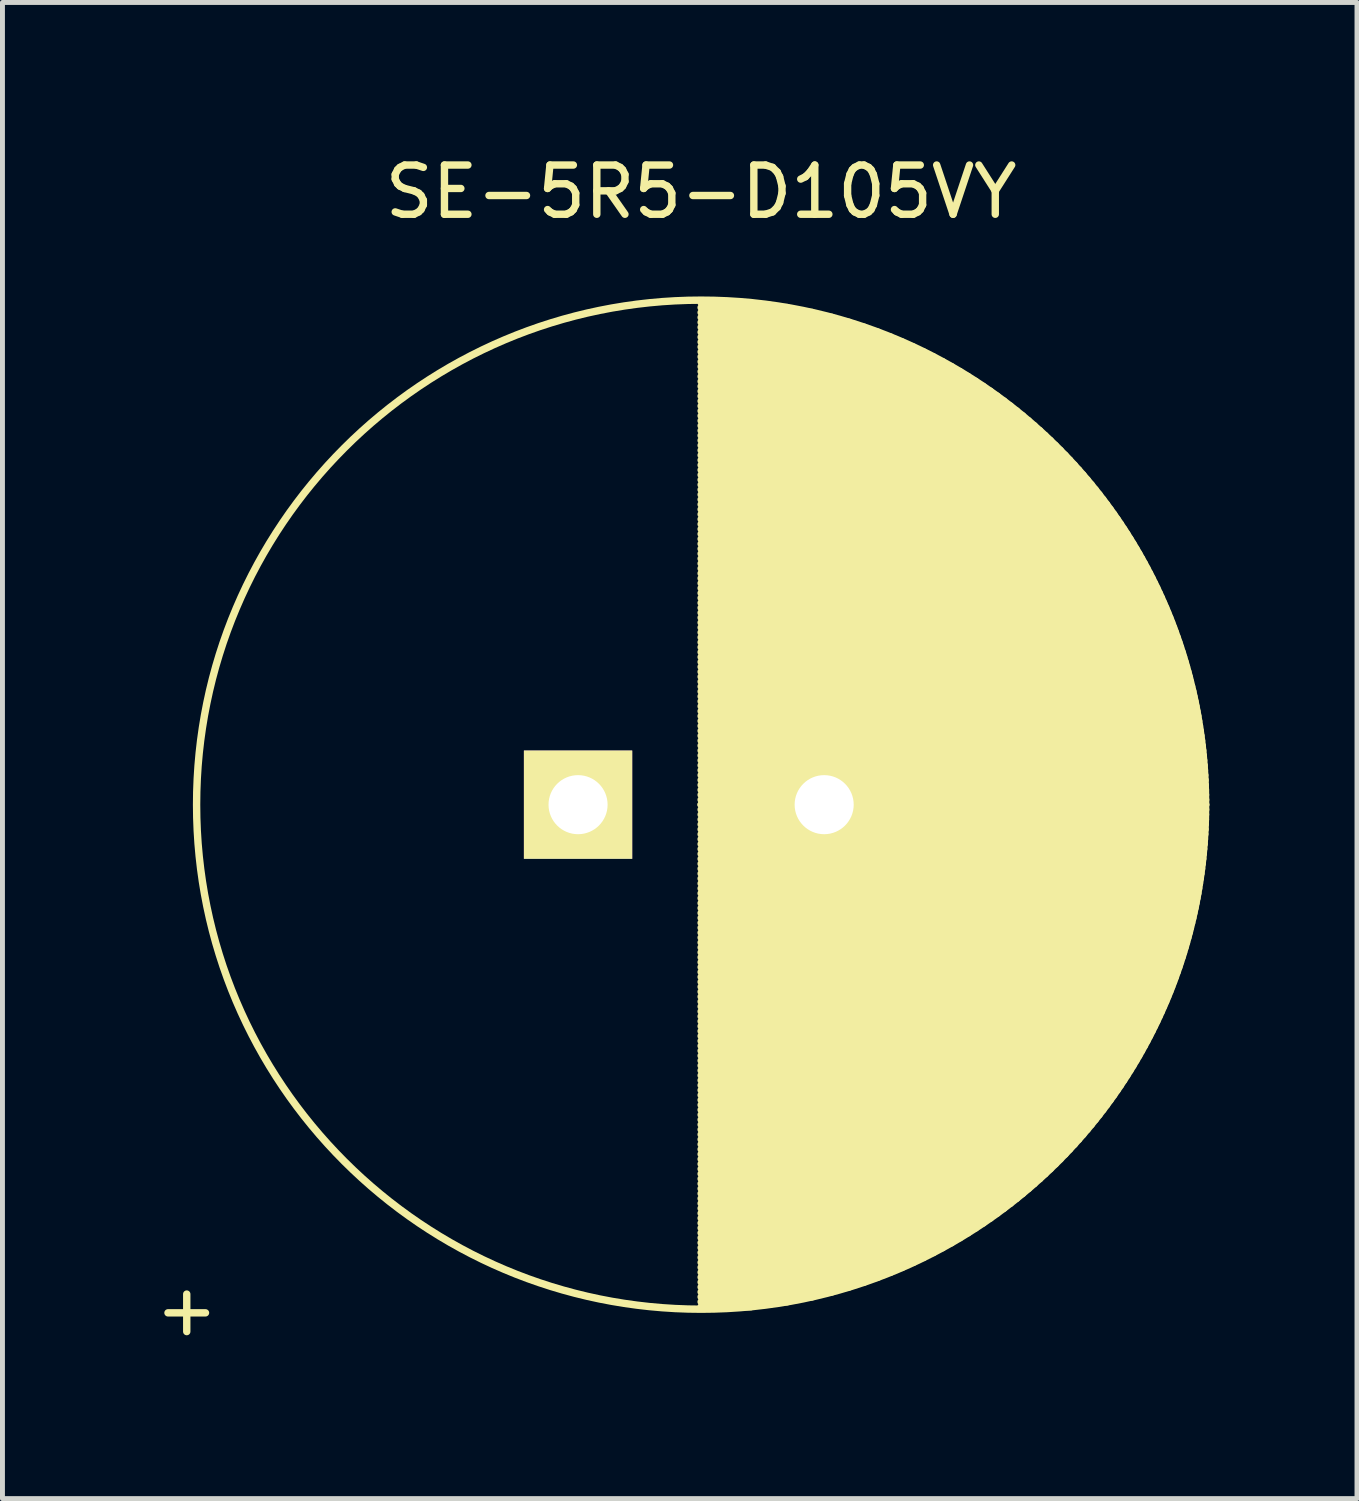
<source format=kicad_pcb>
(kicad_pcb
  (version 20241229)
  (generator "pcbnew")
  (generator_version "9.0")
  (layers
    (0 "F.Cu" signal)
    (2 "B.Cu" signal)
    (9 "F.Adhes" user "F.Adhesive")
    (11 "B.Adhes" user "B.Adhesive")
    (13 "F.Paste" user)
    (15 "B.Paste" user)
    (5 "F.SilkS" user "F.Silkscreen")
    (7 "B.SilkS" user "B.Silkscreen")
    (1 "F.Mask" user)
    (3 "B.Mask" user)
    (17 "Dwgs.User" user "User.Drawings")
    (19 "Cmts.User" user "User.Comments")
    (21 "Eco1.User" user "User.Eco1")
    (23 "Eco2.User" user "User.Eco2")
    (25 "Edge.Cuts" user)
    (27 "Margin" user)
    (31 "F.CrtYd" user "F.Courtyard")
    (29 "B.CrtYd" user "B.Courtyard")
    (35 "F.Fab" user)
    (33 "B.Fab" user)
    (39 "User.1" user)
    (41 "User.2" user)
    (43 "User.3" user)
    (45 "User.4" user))
  (footprint "SE-5R5-D105VY"
    (layer "F.Cu")
    (at 8.694 13.298)
    (property "Reference" "SE-5R5-D105VY" (at 2.5 -12.45 0) (layer "F.SilkS") (effects (font (size 1 1) (thickness 0.15))))
    (attr through_hole)
    (fp_line (start 2.5 -10.2) (end 3.511 -10.2) (stroke (width 0.15) (type solid)) (layer "F.SilkS"))
    (fp_line (start 2.5 -10.1) (end 4.247 -10.1) (stroke (width 0.15) (type solid)) (layer "F.SilkS"))
    (fp_line (start 2.5 -10) (end 4.75 -10) (stroke (width 0.15) (type solid)) (layer "F.SilkS"))
    (fp_line (start 2.5 -9.9) (end 5.156 -9.9) (stroke (width 0.15) (type solid)) (layer "F.SilkS"))
    (fp_line (start 2.5 -9.8) (end 5.504 -9.8) (stroke (width 0.15) (type solid)) (layer "F.SilkS"))
    (fp_line (start 2.5 -9.7) (end 5.812 -9.7) (stroke (width 0.15) (type solid)) (layer "F.SilkS"))
    (fp_line (start 2.5 -9.6) (end 6.092 -9.6) (stroke (width 0.15) (type solid)) (layer "F.SilkS"))
    (fp_line (start 2.5 -9.5) (end 6.349 -9.5) (stroke (width 0.15) (type solid)) (layer "F.SilkS"))
    (fp_line (start 2.5 -9.4) (end 6.587 -9.4) (stroke (width 0.15) (type solid)) (layer "F.SilkS"))
    (fp_line (start 2.5 -9.3) (end 6.81 -9.3) (stroke (width 0.15) (type solid)) (layer "F.SilkS"))
    (fp_line (start 2.5 -9.2) (end 7.019 -9.2) (stroke (width 0.15) (type solid)) (layer "F.SilkS"))
    (fp_line (start 2.5 -9.1) (end 7.217 -9.1) (stroke (width 0.15) (type solid)) (layer "F.SilkS"))
    (fp_line (start 2.5 -9) (end 7.405 -9) (stroke (width 0.15) (type solid)) (layer "F.SilkS"))
    (fp_line (start 2.5 -8.9) (end 7.585 -8.9) (stroke (width 0.15) (type solid)) (layer "F.SilkS"))
    (fp_line (start 2.5 -8.8) (end 7.756 -8.8) (stroke (width 0.15) (type solid)) (layer "F.SilkS"))
    (fp_line (start 2.5 -8.7) (end 7.92 -8.7) (stroke (width 0.15) (type solid)) (layer "F.SilkS"))
    (fp_line (start 2.5 -8.6) (end 8.077 -8.6) (stroke (width 0.15) (type solid)) (layer "F.SilkS"))
    (fp_line (start 2.5 -8.5) (end 8.228 -8.5) (stroke (width 0.15) (type solid)) (layer "F.SilkS"))
    (fp_line (start 2.5 -8.4) (end 8.374 -8.4) (stroke (width 0.15) (type solid)) (layer "F.SilkS"))
    (fp_line (start 2.5 -8.3) (end 8.514 -8.3) (stroke (width 0.15) (type solid)) (layer "F.SilkS"))
    (fp_line (start 2.5 -8.2) (end 8.65 -8.2) (stroke (width 0.15) (type solid)) (layer "F.SilkS"))
    (fp_line (start 2.5 -8.1) (end 8.781 -8.1) (stroke (width 0.15) (type solid)) (layer "F.SilkS"))
    (fp_line (start 2.5 -8) (end 8.908 -8) (stroke (width 0.15) (type solid)) (layer "F.SilkS"))
    (fp_line (start 2.5 -7.9) (end 9.031 -7.9) (stroke (width 0.15) (type solid)) (layer "F.SilkS"))
    (fp_line (start 2.5 -7.8) (end 9.15 -7.8) (stroke (width 0.15) (type solid)) (layer "F.SilkS"))
    (fp_line (start 2.5 -7.7) (end 9.266 -7.7) (stroke (width 0.15) (type solid)) (layer "F.SilkS"))
    (fp_line (start 2.5 -7.6) (end 9.378 -7.6) (stroke (width 0.15) (type solid)) (layer "F.SilkS"))
    (fp_line (start 2.5 -7.5) (end 9.487 -7.5) (stroke (width 0.15) (type solid)) (layer "F.SilkS"))
    (fp_line (start 2.5 -7.4) (end 9.592 -7.4) (stroke (width 0.15) (type solid)) (layer "F.SilkS"))
    (fp_line (start 2.5 -7.3) (end 9.695 -7.3) (stroke (width 0.15) (type solid)) (layer "F.SilkS"))
    (fp_line (start 2.5 -7.2) (end 9.795 -7.2) (stroke (width 0.15) (type solid)) (layer "F.SilkS"))
    (fp_line (start 2.5 -7.1) (end 9.893 -7.1) (stroke (width 0.15) (type solid)) (layer "F.SilkS"))
    (fp_line (start 2.5 -7) (end 9.987 -7) (stroke (width 0.15) (type solid)) (layer "F.SilkS"))
    (fp_line (start 2.5 -6.9) (end 10.08 -6.9) (stroke (width 0.15) (type solid)) (layer "F.SilkS"))
    (fp_line (start 2.5 -6.8) (end 10.17 -6.8) (stroke (width 0.15) (type solid)) (layer "F.SilkS"))
    (fp_line (start 2.5 -6.7) (end 10.257 -6.7) (stroke (width 0.15) (type solid)) (layer "F.SilkS"))
    (fp_line (start 2.5 -6.6) (end 10.342 -6.6) (stroke (width 0.15) (type solid)) (layer "F.SilkS"))
    (fp_line (start 2.5 -6.5) (end 10.425 -6.5) (stroke (width 0.15) (type solid)) (layer "F.SilkS"))
    (fp_line (start 2.5 -6.4) (end 10.506 -6.4) (stroke (width 0.15) (type solid)) (layer "F.SilkS"))
    (fp_line (start 2.5 -6.3) (end 10.585 -6.3) (stroke (width 0.15) (type solid)) (layer "F.SilkS"))
    (fp_line (start 2.5 -6.2) (end 10.662 -6.2) (stroke (width 0.15) (type solid)) (layer "F.SilkS"))
    (fp_line (start 2.5 -6.1) (end 10.737 -6.1) (stroke (width 0.15) (type solid)) (layer "F.SilkS"))
    (fp_line (start 2.5 -6) (end 10.81 -6) (stroke (width 0.15) (type solid)) (layer "F.SilkS"))
    (fp_line (start 2.5 -5.9) (end 10.882 -5.9) (stroke (width 0.15) (type solid)) (layer "F.SilkS"))
    (fp_line (start 2.5 -5.8) (end 10.951 -5.8) (stroke (width 0.15) (type solid)) (layer "F.SilkS"))
    (fp_line (start 2.5 -5.7) (end 11.019 -5.7) (stroke (width 0.15) (type solid)) (layer "F.SilkS"))
    (fp_line (start 2.5 -5.6) (end 11.085 -5.6) (stroke (width 0.15) (type solid)) (layer "F.SilkS"))
    (fp_line (start 2.5 -5.5) (end 11.149 -5.5) (stroke (width 0.15) (type solid)) (layer "F.SilkS"))
    (fp_line (start 2.5 -5.4) (end 11.212 -5.4) (stroke (width 0.15) (type solid)) (layer "F.SilkS"))
    (fp_line (start 2.5 -5.3) (end 11.273 -5.3) (stroke (width 0.15) (type solid)) (layer "F.SilkS"))
    (fp_line (start 2.5 -5.2) (end 11.333 -5.2) (stroke (width 0.15) (type solid)) (layer "F.SilkS"))
    (fp_line (start 2.5 -5.1) (end 11.391 -5.1) (stroke (width 0.15) (type solid)) (layer "F.SilkS"))
    (fp_line (start 2.5 -5) (end 11.448 -5) (stroke (width 0.15) (type solid)) (layer "F.SilkS"))
    (fp_line (start 2.5 -4.9) (end 11.503 -4.9) (stroke (width 0.15) (type solid)) (layer "F.SilkS"))
    (fp_line (start 2.5 -4.8) (end 11.557 -4.8) (stroke (width 0.15) (type solid)) (layer "F.SilkS"))
    (fp_line (start 2.5 -4.7) (end 11.609 -4.7) (stroke (width 0.15) (type solid)) (layer "F.SilkS"))
    (fp_line (start 2.5 -4.6) (end 11.66 -4.6) (stroke (width 0.15) (type solid)) (layer "F.SilkS"))
    (fp_line (start 2.5 -4.5) (end 11.709 -4.5) (stroke (width 0.15) (type solid)) (layer "F.SilkS"))
    (fp_line (start 2.5 -4.4) (end 11.758 -4.4) (stroke (width 0.15) (type solid)) (layer "F.SilkS"))
    (fp_line (start 2.5 -4.3) (end 11.804 -4.3) (stroke (width 0.15) (type solid)) (layer "F.SilkS"))
    (fp_line (start 2.5 -4.2) (end 11.85 -4.2) (stroke (width 0.15) (type solid)) (layer "F.SilkS"))
    (fp_line (start 2.5 -4.1) (end 11.894 -4.1) (stroke (width 0.15) (type solid)) (layer "F.SilkS"))
    (fp_line (start 2.5 -4) (end 11.937 -4) (stroke (width 0.15) (type solid)) (layer "F.SilkS"))
    (fp_line (start 2.5 -3.9) (end 11.979 -3.9) (stroke (width 0.15) (type solid)) (layer "F.SilkS"))
    (fp_line (start 2.5 -3.8) (end 12.02 -3.8) (stroke (width 0.15) (type solid)) (layer "F.SilkS"))
    (fp_line (start 2.5 -3.7) (end 12.059 -3.7) (stroke (width 0.15) (type solid)) (layer "F.SilkS"))
    (fp_line (start 2.5 -3.6) (end 12.097 -3.6) (stroke (width 0.15) (type solid)) (layer "F.SilkS"))
    (fp_line (start 2.5 -3.5) (end 12.134 -3.5) (stroke (width 0.15) (type solid)) (layer "F.SilkS"))
    (fp_line (start 2.5 -3.4) (end 12.17 -3.4) (stroke (width 0.15) (type solid)) (layer "F.SilkS"))
    (fp_line (start 2.5 -3.3) (end 12.204 -3.3) (stroke (width 0.15) (type solid)) (layer "F.SilkS"))
    (fp_line (start 2.5 -3.2) (end 12.238 -3.2) (stroke (width 0.15) (type solid)) (layer "F.SilkS"))
    (fp_line (start 2.5 -3.1) (end 12.27 -3.1) (stroke (width 0.15) (type solid)) (layer "F.SilkS"))
    (fp_line (start 2.5 -3) (end 12.301 -3) (stroke (width 0.15) (type solid)) (layer "F.SilkS"))
    (fp_line (start 2.5 -2.9) (end 12.331 -2.9) (stroke (width 0.15) (type solid)) (layer "F.SilkS"))
    (fp_line (start 2.5 -2.8) (end 12.36 -2.8) (stroke (width 0.15) (type solid)) (layer "F.SilkS"))
    (fp_line (start 2.5 -2.7) (end 12.388 -2.7) (stroke (width 0.15) (type solid)) (layer "F.SilkS"))
    (fp_line (start 2.5 -2.6) (end 12.415 -2.6) (stroke (width 0.15) (type solid)) (layer "F.SilkS"))
    (fp_line (start 2.5 -2.5) (end 12.44 -2.5) (stroke (width 0.15) (type solid)) (layer "F.SilkS"))
    (fp_line (start 2.5 -2.4) (end 12.465 -2.4) (stroke (width 0.15) (type solid)) (layer "F.SilkS"))
    (fp_line (start 2.5 -2.3) (end 12.489 -2.3) (stroke (width 0.15) (type solid)) (layer "F.SilkS"))
    (fp_line (start 2.5 -2.2) (end 12.511 -2.2) (stroke (width 0.15) (type solid)) (layer "F.SilkS"))
    (fp_line (start 2.5 -2.1) (end 12.533 -2.1) (stroke (width 0.15) (type solid)) (layer "F.SilkS"))
    (fp_line (start 2.5 -2) (end 12.553 -2) (stroke (width 0.15) (type solid)) (layer "F.SilkS"))
    (fp_line (start 2.5 -1.9) (end 12.572 -1.9) (stroke (width 0.15) (type solid)) (layer "F.SilkS"))
    (fp_line (start 2.5 -1.8) (end 12.591 -1.8) (stroke (width 0.15) (type solid)) (layer "F.SilkS"))
    (fp_line (start 2.5 -1.7) (end 12.608 -1.7) (stroke (width 0.15) (type solid)) (layer "F.SilkS"))
    (fp_line (start 2.5 -1.6) (end 12.624 -1.6) (stroke (width 0.15) (type solid)) (layer "F.SilkS"))
    (fp_line (start 2.5 -1.5) (end 12.64 -1.5) (stroke (width 0.15) (type solid)) (layer "F.SilkS"))
    (fp_line (start 2.5 -1.4) (end 12.654 -1.4) (stroke (width 0.15) (type solid)) (layer "F.SilkS"))
    (fp_line (start 2.5 -1.3) (end 12.667 -1.3) (stroke (width 0.15) (type solid)) (layer "F.SilkS"))
    (fp_line (start 2.5 -1.2) (end 12.68 -1.2) (stroke (width 0.15) (type solid)) (layer "F.SilkS"))
    (fp_line (start 2.5 -1.1) (end 12.691 -1.1) (stroke (width 0.15) (type solid)) (layer "F.SilkS"))
    (fp_line (start 2.5 -1) (end 12.701 -1) (stroke (width 0.15) (type solid)) (layer "F.SilkS"))
    (fp_line (start 2.5 -0.9) (end 12.71 -0.9) (stroke (width 0.15) (type solid)) (layer "F.SilkS"))
    (fp_line (start 2.5 -0.8) (end 12.719 -0.8) (stroke (width 0.15) (type solid)) (layer "F.SilkS"))
    (fp_line (start 2.5 -0.7) (end 12.726 -0.7) (stroke (width 0.15) (type solid)) (layer "F.SilkS"))
    (fp_line (start 2.5 -0.6) (end 12.732 -0.6) (stroke (width 0.15) (type solid)) (layer "F.SilkS"))
    (fp_line (start 2.5 -0.5) (end 12.738 -0.5) (stroke (width 0.15) (type solid)) (layer "F.SilkS"))
    (fp_line (start 2.5 -0.4) (end 12.742 -0.4) (stroke (width 0.15) (type solid)) (layer "F.SilkS"))
    (fp_line (start 2.5 -0.3) (end 12.746 -0.3) (stroke (width 0.15) (type solid)) (layer "F.SilkS"))
    (fp_line (start 2.5 -0.2) (end 12.748 -0.2) (stroke (width 0.15) (type solid)) (layer "F.SilkS"))
    (fp_line (start 2.5 -0.1) (end 12.75 -0.1) (stroke (width 0.15) (type solid)) (layer "F.SilkS"))
    (fp_line (start 2.5 0) (end 12.75 0) (stroke (width 0.15) (type solid)) (layer "F.SilkS"))
    (fp_line (start 2.5 0) (end 12.75 0) (stroke (width 0.15) (type solid)) (layer "F.SilkS"))
    (fp_line (start 2.5 0.1) (end 12.75 0.1) (stroke (width 0.15) (type solid)) (layer "F.SilkS"))
    (fp_line (start 2.5 0.2) (end 12.748 0.2) (stroke (width 0.15) (type solid)) (layer "F.SilkS"))
    (fp_line (start 2.5 0.3) (end 12.746 0.3) (stroke (width 0.15) (type solid)) (layer "F.SilkS"))
    (fp_line (start 2.5 0.4) (end 12.742 0.4) (stroke (width 0.15) (type solid)) (layer "F.SilkS"))
    (fp_line (start 2.5 0.5) (end 12.738 0.5) (stroke (width 0.15) (type solid)) (layer "F.SilkS"))
    (fp_line (start 2.5 0.6) (end 12.732 0.6) (stroke (width 0.15) (type solid)) (layer "F.SilkS"))
    (fp_line (start 2.5 0.7) (end 12.726 0.7) (stroke (width 0.15) (type solid)) (layer "F.SilkS"))
    (fp_line (start 2.5 0.8) (end 12.719 0.8) (stroke (width 0.15) (type solid)) (layer "F.SilkS"))
    (fp_line (start 2.5 0.9) (end 12.71 0.9) (stroke (width 0.15) (type solid)) (layer "F.SilkS"))
    (fp_line (start 2.5 1) (end 12.701 1) (stroke (width 0.15) (type solid)) (layer "F.SilkS"))
    (fp_line (start 2.5 1.1) (end 12.691 1.1) (stroke (width 0.15) (type solid)) (layer "F.SilkS"))
    (fp_line (start 2.5 1.2) (end 12.68 1.2) (stroke (width 0.15) (type solid)) (layer "F.SilkS"))
    (fp_line (start 2.5 1.3) (end 12.667 1.3) (stroke (width 0.15) (type solid)) (layer "F.SilkS"))
    (fp_line (start 2.5 1.4) (end 12.654 1.4) (stroke (width 0.15) (type solid)) (layer "F.SilkS"))
    (fp_line (start 2.5 1.5) (end 12.64 1.5) (stroke (width 0.15) (type solid)) (layer "F.SilkS"))
    (fp_line (start 2.5 1.6) (end 12.624 1.6) (stroke (width 0.15) (type solid)) (layer "F.SilkS"))
    (fp_line (start 2.5 1.7) (end 12.608 1.7) (stroke (width 0.15) (type solid)) (layer "F.SilkS"))
    (fp_line (start 2.5 1.8) (end 12.591 1.8) (stroke (width 0.15) (type solid)) (layer "F.SilkS"))
    (fp_line (start 2.5 1.9) (end 12.572 1.9) (stroke (width 0.15) (type solid)) (layer "F.SilkS"))
    (fp_line (start 2.5 2) (end 12.553 2) (stroke (width 0.15) (type solid)) (layer "F.SilkS"))
    (fp_line (start 2.5 2.1) (end 12.533 2.1) (stroke (width 0.15) (type solid)) (layer "F.SilkS"))
    (fp_line (start 2.5 2.2) (end 12.511 2.2) (stroke (width 0.15) (type solid)) (layer "F.SilkS"))
    (fp_line (start 2.5 2.3) (end 12.489 2.3) (stroke (width 0.15) (type solid)) (layer "F.SilkS"))
    (fp_line (start 2.5 2.4) (end 12.465 2.4) (stroke (width 0.15) (type solid)) (layer "F.SilkS"))
    (fp_line (start 2.5 2.5) (end 12.44 2.5) (stroke (width 0.15) (type solid)) (layer "F.SilkS"))
    (fp_line (start 2.5 2.6) (end 12.415 2.6) (stroke (width 0.15) (type solid)) (layer "F.SilkS"))
    (fp_line (start 2.5 2.7) (end 12.388 2.7) (stroke (width 0.15) (type solid)) (layer "F.SilkS"))
    (fp_line (start 2.5 2.8) (end 12.36 2.8) (stroke (width 0.15) (type solid)) (layer "F.SilkS"))
    (fp_line (start 2.5 2.9) (end 12.331 2.9) (stroke (width 0.15) (type solid)) (layer "F.SilkS"))
    (fp_line (start 2.5 3) (end 12.301 3) (stroke (width 0.15) (type solid)) (layer "F.SilkS"))
    (fp_line (start 2.5 3.1) (end 12.27 3.1) (stroke (width 0.15) (type solid)) (layer "F.SilkS"))
    (fp_line (start 2.5 3.2) (end 12.238 3.2) (stroke (width 0.15) (type solid)) (layer "F.SilkS"))
    (fp_line (start 2.5 3.3) (end 12.204 3.3) (stroke (width 0.15) (type solid)) (layer "F.SilkS"))
    (fp_line (start 2.5 3.4) (end 12.17 3.4) (stroke (width 0.15) (type solid)) (layer "F.SilkS"))
    (fp_line (start 2.5 3.5) (end 12.134 3.5) (stroke (width 0.15) (type solid)) (layer "F.SilkS"))
    (fp_line (start 2.5 3.6) (end 12.097 3.6) (stroke (width 0.15) (type solid)) (layer "F.SilkS"))
    (fp_line (start 2.5 3.7) (end 12.059 3.7) (stroke (width 0.15) (type solid)) (layer "F.SilkS"))
    (fp_line (start 2.5 3.8) (end 12.02 3.8) (stroke (width 0.15) (type solid)) (layer "F.SilkS"))
    (fp_line (start 2.5 3.9) (end 11.979 3.9) (stroke (width 0.15) (type solid)) (layer "F.SilkS"))
    (fp_line (start 2.5 4) (end 11.937 4) (stroke (width 0.15) (type solid)) (layer "F.SilkS"))
    (fp_line (start 2.5 4.1) (end 11.894 4.1) (stroke (width 0.15) (type solid)) (layer "F.SilkS"))
    (fp_line (start 2.5 4.2) (end 11.85 4.2) (stroke (width 0.15) (type solid)) (layer "F.SilkS"))
    (fp_line (start 2.5 4.3) (end 11.804 4.3) (stroke (width 0.15) (type solid)) (layer "F.SilkS"))
    (fp_line (start 2.5 4.4) (end 11.758 4.4) (stroke (width 0.15) (type solid)) (layer "F.SilkS"))
    (fp_line (start 2.5 4.5) (end 11.709 4.5) (stroke (width 0.15) (type solid)) (layer "F.SilkS"))
    (fp_line (start 2.5 4.6) (end 11.66 4.6) (stroke (width 0.15) (type solid)) (layer "F.SilkS"))
    (fp_line (start 2.5 4.7) (end 11.609 4.7) (stroke (width 0.15) (type solid)) (layer "F.SilkS"))
    (fp_line (start 2.5 4.8) (end 11.557 4.8) (stroke (width 0.15) (type solid)) (layer "F.SilkS"))
    (fp_line (start 2.5 4.9) (end 11.503 4.9) (stroke (width 0.15) (type solid)) (layer "F.SilkS"))
    (fp_line (start 2.5 5) (end 11.448 5) (stroke (width 0.15) (type solid)) (layer "F.SilkS"))
    (fp_line (start 2.5 5.1) (end 11.391 5.1) (stroke (width 0.15) (type solid)) (layer "F.SilkS"))
    (fp_line (start 2.5 5.2) (end 11.333 5.2) (stroke (width 0.15) (type solid)) (layer "F.SilkS"))
    (fp_line (start 2.5 5.3) (end 11.273 5.3) (stroke (width 0.15) (type solid)) (layer "F.SilkS"))
    (fp_line (start 2.5 5.4) (end 11.212 5.4) (stroke (width 0.15) (type solid)) (layer "F.SilkS"))
    (fp_line (start 2.5 5.5) (end 11.149 5.5) (stroke (width 0.15) (type solid)) (layer "F.SilkS"))
    (fp_line (start 2.5 5.6) (end 11.085 5.6) (stroke (width 0.15) (type solid)) (layer "F.SilkS"))
    (fp_line (start 2.5 5.7) (end 11.019 5.7) (stroke (width 0.15) (type solid)) (layer "F.SilkS"))
    (fp_line (start 2.5 5.8) (end 10.951 5.8) (stroke (width 0.15) (type solid)) (layer "F.SilkS"))
    (fp_line (start 2.5 5.9) (end 10.882 5.9) (stroke (width 0.15) (type solid)) (layer "F.SilkS"))
    (fp_line (start 2.5 6) (end 10.81 6) (stroke (width 0.15) (type solid)) (layer "F.SilkS"))
    (fp_line (start 2.5 6.1) (end 10.737 6.1) (stroke (width 0.15) (type solid)) (layer "F.SilkS"))
    (fp_line (start 2.5 6.2) (end 10.662 6.2) (stroke (width 0.15) (type solid)) (layer "F.SilkS"))
    (fp_line (start 2.5 6.3) (end 10.585 6.3) (stroke (width 0.15) (type solid)) (layer "F.SilkS"))
    (fp_line (start 2.5 6.4) (end 10.506 6.4) (stroke (width 0.15) (type solid)) (layer "F.SilkS"))
    (fp_line (start 2.5 6.5) (end 10.425 6.5) (stroke (width 0.15) (type solid)) (layer "F.SilkS"))
    (fp_line (start 2.5 6.6) (end 10.342 6.6) (stroke (width 0.15) (type solid)) (layer "F.SilkS"))
    (fp_line (start 2.5 6.7) (end 10.257 6.7) (stroke (width 0.15) (type solid)) (layer "F.SilkS"))
    (fp_line (start 2.5 6.8) (end 10.17 6.8) (stroke (width 0.15) (type solid)) (layer "F.SilkS"))
    (fp_line (start 2.5 6.9) (end 10.08 6.9) (stroke (width 0.15) (type solid)) (layer "F.SilkS"))
    (fp_line (start 2.5 7) (end 9.987 7) (stroke (width 0.15) (type solid)) (layer "F.SilkS"))
    (fp_line (start 2.5 7.1) (end 9.893 7.1) (stroke (width 0.15) (type solid)) (layer "F.SilkS"))
    (fp_line (start 2.5 7.2) (end 9.795 7.2) (stroke (width 0.15) (type solid)) (layer "F.SilkS"))
    (fp_line (start 2.5 7.3) (end 9.695 7.3) (stroke (width 0.15) (type solid)) (layer "F.SilkS"))
    (fp_line (start 2.5 7.4) (end 9.592 7.4) (stroke (width 0.15) (type solid)) (layer "F.SilkS"))
    (fp_line (start 2.5 7.5) (end 9.487 7.5) (stroke (width 0.15) (type solid)) (layer "F.SilkS"))
    (fp_line (start 2.5 7.6) (end 9.378 7.6) (stroke (width 0.15) (type solid)) (layer "F.SilkS"))
    (fp_line (start 2.5 7.7) (end 9.266 7.7) (stroke (width 0.15) (type solid)) (layer "F.SilkS"))
    (fp_line (start 2.5 7.8) (end 9.15 7.8) (stroke (width 0.15) (type solid)) (layer "F.SilkS"))
    (fp_line (start 2.5 7.9) (end 9.031 7.9) (stroke (width 0.15) (type solid)) (layer "F.SilkS"))
    (fp_line (start 2.5 8) (end 8.908 8) (stroke (width 0.15) (type solid)) (layer "F.SilkS"))
    (fp_line (start 2.5 8.1) (end 8.781 8.1) (stroke (width 0.15) (type solid)) (layer "F.SilkS"))
    (fp_line (start 2.5 8.2) (end 8.65 8.2) (stroke (width 0.15) (type solid)) (layer "F.SilkS"))
    (fp_line (start 2.5 8.3) (end 8.514 8.3) (stroke (width 0.15) (type solid)) (layer "F.SilkS"))
    (fp_line (start 2.5 8.4) (end 8.374 8.4) (stroke (width 0.15) (type solid)) (layer "F.SilkS"))
    (fp_line (start 2.5 8.5) (end 8.228 8.5) (stroke (width 0.15) (type solid)) (layer "F.SilkS"))
    (fp_line (start 2.5 8.6) (end 8.077 8.6) (stroke (width 0.15) (type solid)) (layer "F.SilkS"))
    (fp_line (start 2.5 8.7) (end 7.92 8.7) (stroke (width 0.15) (type solid)) (layer "F.SilkS"))
    (fp_line (start 2.5 8.8) (end 7.756 8.8) (stroke (width 0.15) (type solid)) (layer "F.SilkS"))
    (fp_line (start 2.5 8.9) (end 7.585 8.9) (stroke (width 0.15) (type solid)) (layer "F.SilkS"))
    (fp_line (start 2.5 9) (end 7.405 9) (stroke (width 0.15) (type solid)) (layer "F.SilkS"))
    (fp_line (start 2.5 9.1) (end 7.217 9.1) (stroke (width 0.15) (type solid)) (layer "F.SilkS"))
    (fp_line (start 2.5 9.2) (end 7.019 9.2) (stroke (width 0.15) (type solid)) (layer "F.SilkS"))
    (fp_line (start 2.5 9.3) (end 6.81 9.3) (stroke (width 0.15) (type solid)) (layer "F.SilkS"))
    (fp_line (start 2.5 9.4) (end 6.587 9.4) (stroke (width 0.15) (type solid)) (layer "F.SilkS"))
    (fp_line (start 2.5 9.5) (end 6.349 9.5) (stroke (width 0.15) (type solid)) (layer "F.SilkS"))
    (fp_line (start 2.5 9.6) (end 6.092 9.6) (stroke (width 0.15) (type solid)) (layer "F.SilkS"))
    (fp_line (start 2.5 9.7) (end 5.812 9.7) (stroke (width 0.15) (type solid)) (layer "F.SilkS"))
    (fp_line (start 2.5 9.8) (end 5.504 9.8) (stroke (width 0.15) (type solid)) (layer "F.SilkS"))
    (fp_line (start 2.5 9.9) (end 5.156 9.9) (stroke (width 0.15) (type solid)) (layer "F.SilkS"))
    (fp_line (start 2.5 10) (end 4.75 10) (stroke (width 0.15) (type solid)) (layer "F.SilkS"))
    (fp_line (start 2.5 10.1) (end 4.247 10.1) (stroke (width 0.15) (type solid)) (layer "F.SilkS"))
    (fp_line (start 2.5 10.2) (end 3.511 10.2) (stroke (width 0.15) (type solid)) (layer "F.SilkS"))
    (fp_circle (center 2.5 0) (end 2.5 -10.25) (stroke (width 0.15) (type solid)) (fill no) (layer "F.SilkS"))
    (fp_text user "+" (at -7.95 10.25 0) (layer "F.SilkS") (effects (font (size 1 1) (thickness 0.15))))
    (pad "1" thru_hole rect (at 0 0) (size 2.2 2.2) (drill 1.2) (layers "*.Cu" "*.Mask" "F.SilkS"))
    (pad "2" thru_hole circle (at 5 0) (size 2.2 2.2) (drill 1.2) (layers "*.Cu" "*.Mask" "F.SilkS")))
  (gr_rect
    (start -3 -3)
    (end 24.519 27.396)
    (stroke (width 0.1) (type default))
    (fill no)
    (layer "Edge.Cuts")))
</source>
